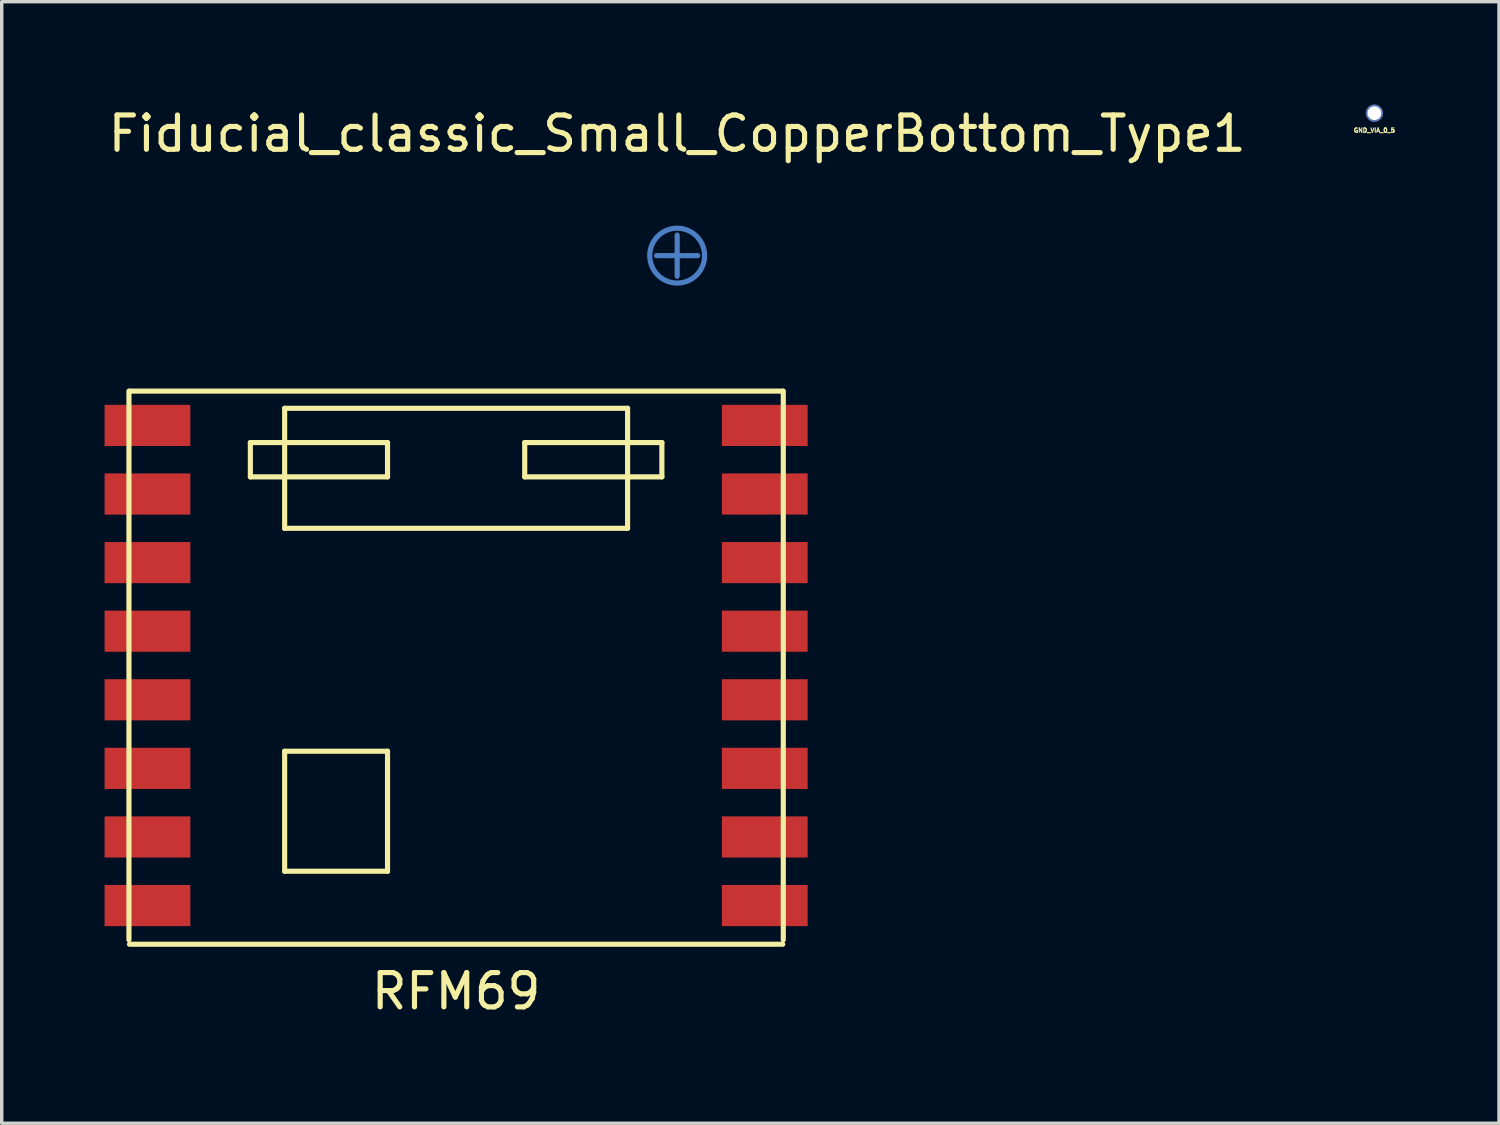
<source format=kicad_pcb>
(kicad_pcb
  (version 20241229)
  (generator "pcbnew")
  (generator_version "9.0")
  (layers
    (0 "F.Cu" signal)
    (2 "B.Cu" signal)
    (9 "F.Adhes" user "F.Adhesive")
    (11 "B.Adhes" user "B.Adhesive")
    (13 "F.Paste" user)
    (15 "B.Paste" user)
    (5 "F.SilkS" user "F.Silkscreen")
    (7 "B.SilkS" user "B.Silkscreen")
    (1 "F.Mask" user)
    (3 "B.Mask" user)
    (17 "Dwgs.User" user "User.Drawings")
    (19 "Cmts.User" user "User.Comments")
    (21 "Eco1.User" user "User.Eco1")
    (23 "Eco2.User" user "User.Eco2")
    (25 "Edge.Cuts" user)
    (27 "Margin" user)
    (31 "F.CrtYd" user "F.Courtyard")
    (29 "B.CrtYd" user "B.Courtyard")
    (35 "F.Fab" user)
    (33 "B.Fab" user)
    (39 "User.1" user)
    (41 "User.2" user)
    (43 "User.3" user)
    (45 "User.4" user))
  (footprint "Fiducial_classic_Small_CopperBottom_Type1"
    (layer "F.Cu")
    (at 16.696 4.404)
    (property "Reference" "Fiducial_classic_Small_CopperBottom_Type1" (at 0 -3.556 0) (layer "F.SilkS") (effects (font (size 1 1) (thickness 0.15))))
    (attr through_hole)
    (fp_line (start -0.6 0) (end 0.6 0) (stroke (width 0.15) (type solid)) (layer "B.Cu"))
    (fp_line (start 0 -0.6) (end 0 0.6) (stroke (width 0.15) (type solid)) (layer "B.Cu"))
    (fp_circle (center 0 0) (end 0.8 0) (stroke (width 0.15) (type solid)) (fill no) (layer "B.Cu"))
    (pad "" smd circle (at 0 0) (size 0.8 0.8) (layers "B.Mask")))
  (footprint "RFM69"
    (layer "F.Cu")
    (at 10.25 16.355)
    (property "Reference" "RFM69" (at 0 9.5 0) (layer "F.SilkS") (effects (font (size 1 1) (thickness 0.15))))
    (attr through_hole)
    (fp_line (start -9.54 -8) (end -9.54 8) (stroke (width 0.15) (type solid)) (layer "F.SilkS"))
    (fp_line (start -9.525 -8.001) (end 9.525 -8.001) (stroke (width 0.15) (type solid)) (layer "F.SilkS"))
    (fp_line (start -6 -6.5) (end -6 -5.5) (stroke (width 0.15) (type solid)) (layer "F.SilkS"))
    (fp_line (start -6 -5.5) (end -2 -5.5) (stroke (width 0.15) (type solid)) (layer "F.SilkS"))
    (fp_line (start -5 -4) (end -5 -7.5) (stroke (width 0.15) (type solid)) (layer "F.SilkS"))
    (fp_line (start -5 -4) (end 5 -4) (stroke (width 0.15) (type solid)) (layer "F.SilkS"))
    (fp_line (start -5 2.5) (end -5 6) (stroke (width 0.15) (type solid)) (layer "F.SilkS"))
    (fp_line (start -5 6) (end -2 6) (stroke (width 0.15) (type solid)) (layer "F.SilkS"))
    (fp_line (start -2 -6.5) (end -6 -6.5) (stroke (width 0.15) (type solid)) (layer "F.SilkS"))
    (fp_line (start -2 -5.5) (end -2 -6.5) (stroke (width 0.15) (type solid)) (layer "F.SilkS"))
    (fp_line (start -2 2.5) (end -5 2.5) (stroke (width 0.15) (type solid)) (layer "F.SilkS"))
    (fp_line (start -2 6) (end -2 2.5) (stroke (width 0.15) (type solid)) (layer "F.SilkS"))
    (fp_line (start 2 -6.5) (end 2 -5.5) (stroke (width 0.15) (type solid)) (layer "F.SilkS"))
    (fp_line (start 2 -5.5) (end 6 -5.5) (stroke (width 0.15) (type solid)) (layer "F.SilkS"))
    (fp_line (start 5 -7.5) (end -5 -7.5) (stroke (width 0.15) (type solid)) (layer "F.SilkS"))
    (fp_line (start 5 -7.5) (end 5 -4) (stroke (width 0.15) (type solid)) (layer "F.SilkS"))
    (fp_line (start 6 -6.5) (end 2 -6.5) (stroke (width 0.15) (type solid)) (layer "F.SilkS"))
    (fp_line (start 6 -5.5) (end 6 -6.5) (stroke (width 0.15) (type solid)) (layer "F.SilkS"))
    (fp_line (start 9.525 8.128) (end -9.525 8.128) (stroke (width 0.15) (type solid)) (layer "F.SilkS"))
    (fp_line (start 9.54 8) (end 9.54 -8) (stroke (width 0.15) (type solid)) (layer "F.SilkS"))
    (pad "1" smd rect (at -9 -7) (size 2.5 1.2) (layers "F.Cu" "F.Mask" "F.Paste"))
    (pad "2" smd rect (at -9 -5) (size 2.5 1.2) (layers "F.Cu" "F.Mask" "F.Paste"))
    (pad "3" smd rect (at -9 -3) (size 2.5 1.2) (layers "F.Cu" "F.Mask" "F.Paste"))
    (pad "4" smd rect (at -9 -1) (size 2.5 1.2) (layers "F.Cu" "F.Mask" "F.Paste"))
    (pad "5" smd rect (at -9 1) (size 2.5 1.2) (layers "F.Cu" "F.Mask" "F.Paste"))
    (pad "6" smd rect (at -9 3) (size 2.5 1.2) (layers "F.Cu" "F.Mask" "F.Paste"))
    (pad "7" smd rect (at -9 5) (size 2.5 1.2) (layers "F.Cu" "F.Mask" "F.Paste"))
    (pad "8" smd rect (at -9 7) (size 2.5 1.2) (layers "F.Cu" "F.Mask" "F.Paste"))
    (pad "9" smd rect (at 9 7) (size 2.5 1.2) (layers "F.Cu" "F.Mask" "F.Paste"))
    (pad "10" smd rect (at 9 5) (size 2.5 1.2) (layers "F.Cu" "F.Mask" "F.Paste"))
    (pad "11" smd rect (at 9 3) (size 2.5 1.2) (layers "F.Cu" "F.Mask" "F.Paste"))
    (pad "12" smd rect (at 9 1) (size 2.5 1.2) (layers "F.Cu" "F.Mask" "F.Paste"))
    (pad "13" smd rect (at 9 -1) (size 2.5 1.2) (layers "F.Cu" "F.Mask" "F.Paste"))
    (pad "14" smd rect (at 9 -3) (size 2.5 1.2) (layers "F.Cu" "F.Mask" "F.Paste"))
    (pad "15" smd rect (at 9 -5) (size 2.5 1.2) (layers "F.Cu" "F.Mask" "F.Paste"))
    (pad "16" smd rect (at 9 -7) (size 2.5 1.2) (layers "F.Cu" "F.Mask" "F.Paste")))
  (footprint "GND_VIA_0_5"
    (layer "F.Cu")
    (at 37.027 0.25)
    (property "Reference" "GND_VIA_0_5" (at 0 0.5 0) (layer "F.SilkS") (effects (font (size 0.127 0.127) (thickness 0.032))))
    (attr through_hole)
    (pad "1" thru_hole circle (at 0 0) (size 0.5 0.5) (drill 0.4) (layers "*.Cu")))
  (gr_rect
    (start -3 -3)
    (end 40.66 29.703)
    (stroke (width 0.1) (type default))
    (fill no)
    (layer "Edge.Cuts")))
</source>
